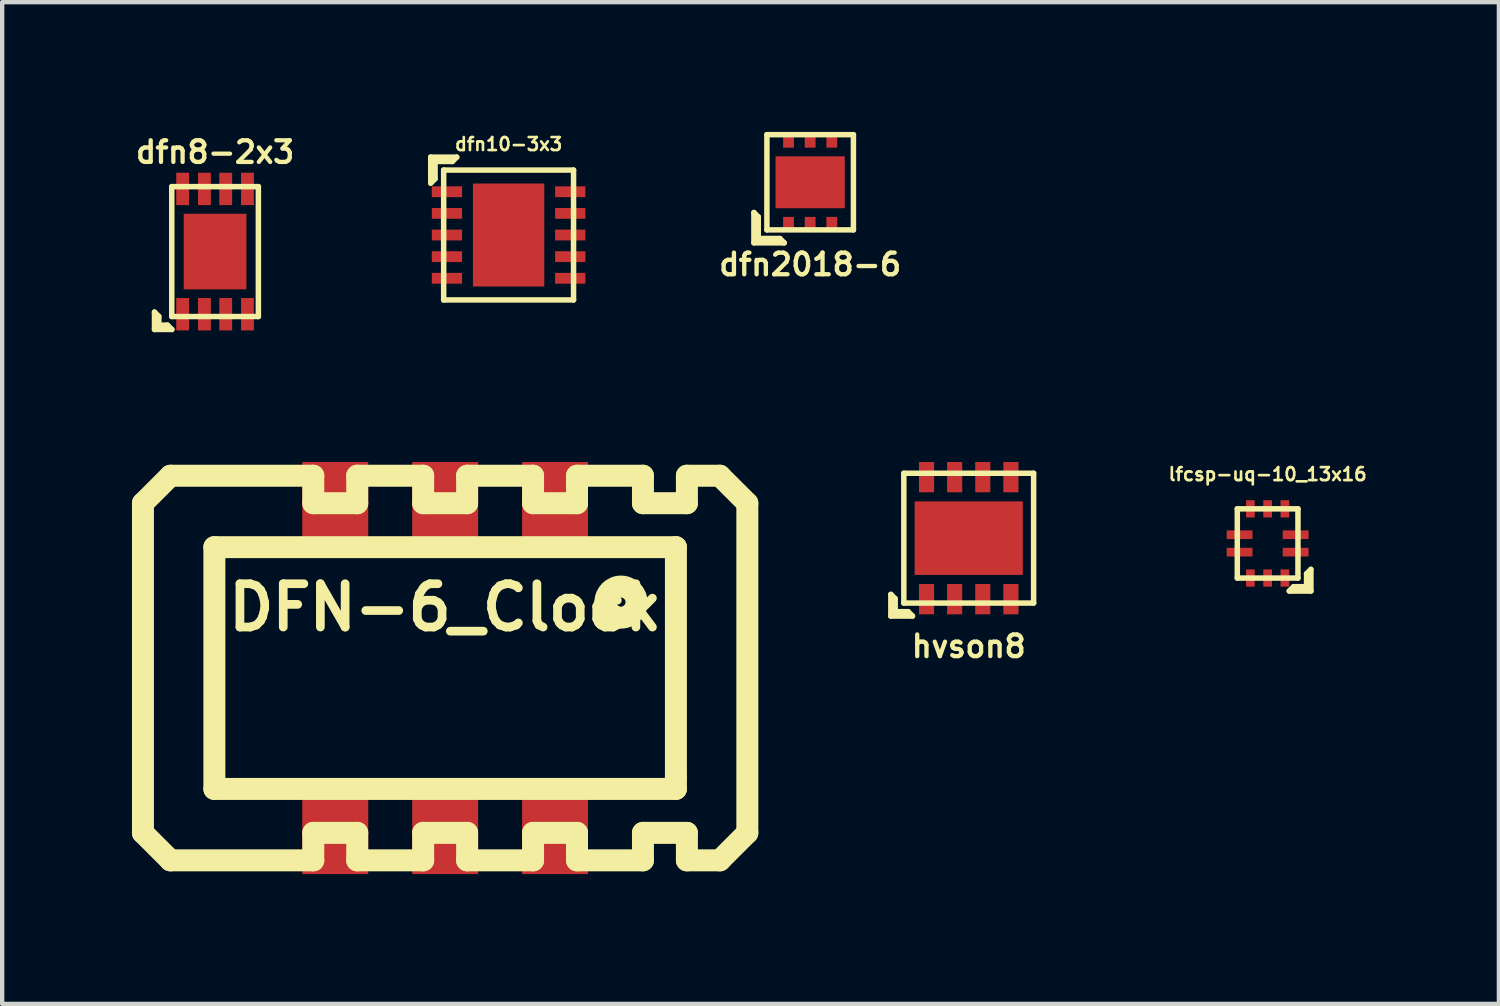
<source format=kicad_pcb>
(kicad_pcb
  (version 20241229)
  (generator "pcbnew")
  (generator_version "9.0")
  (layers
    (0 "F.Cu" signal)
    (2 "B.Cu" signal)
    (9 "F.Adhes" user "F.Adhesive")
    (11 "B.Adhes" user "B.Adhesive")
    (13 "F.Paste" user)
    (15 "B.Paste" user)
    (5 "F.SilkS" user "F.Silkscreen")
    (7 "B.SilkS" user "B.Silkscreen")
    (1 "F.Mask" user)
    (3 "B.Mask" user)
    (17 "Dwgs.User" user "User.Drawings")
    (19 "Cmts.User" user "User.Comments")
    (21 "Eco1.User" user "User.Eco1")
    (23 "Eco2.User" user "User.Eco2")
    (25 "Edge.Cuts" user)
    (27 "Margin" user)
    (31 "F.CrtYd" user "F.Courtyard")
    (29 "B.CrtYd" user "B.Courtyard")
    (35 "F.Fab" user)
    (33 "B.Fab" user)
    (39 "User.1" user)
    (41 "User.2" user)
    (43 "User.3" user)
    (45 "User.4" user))
  (footprint "DFN-6_Clock"
    (layer "F.Cu")
    (at 7.239 12.391)
    (property "Reference" "DFN-6_Clock" (at 0 -1.4 0) (layer "F.SilkS") (effects (font (size 1.001 1.001) (thickness 0.201))))
    (attr through_hole)
    (fp_line (start -6.985 -3.81) (end -6.985 3.81) (stroke (width 0.508) (type solid)) (layer "F.SilkS"))
    (fp_line (start -6.985 3.81) (end -6.35 4.445) (stroke (width 0.508) (type solid)) (layer "F.SilkS"))
    (fp_line (start -6.35 -4.445) (end -6.985 -3.81) (stroke (width 0.508) (type solid)) (layer "F.SilkS"))
    (fp_line (start -6.35 4.445) (end -3.048 4.445) (stroke (width 0.508) (type solid)) (layer "F.SilkS"))
    (fp_line (start -5.334 -2.794) (end 5.334 -2.794) (stroke (width 0.508) (type solid)) (layer "F.SilkS"))
    (fp_line (start -5.334 2.794) (end -5.334 -2.794) (stroke (width 0.508) (type solid)) (layer "F.SilkS"))
    (fp_line (start -3.048 -4.445) (end -6.35 -4.445) (stroke (width 0.508) (type solid)) (layer "F.SilkS"))
    (fp_line (start -3.048 -3.81) (end -3.048 -4.445) (stroke (width 0.508) (type solid)) (layer "F.SilkS"))
    (fp_line (start -3.048 3.81) (end -2.032 3.81) (stroke (width 0.508) (type solid)) (layer "F.SilkS"))
    (fp_line (start -3.048 4.445) (end -3.048 3.81) (stroke (width 0.508) (type solid)) (layer "F.SilkS"))
    (fp_line (start -2.032 -4.445) (end -2.032 -3.81) (stroke (width 0.508) (type solid)) (layer "F.SilkS"))
    (fp_line (start -2.032 -3.81) (end -3.048 -3.81) (stroke (width 0.508) (type solid)) (layer "F.SilkS"))
    (fp_line (start -2.032 3.81) (end -2.032 4.445) (stroke (width 0.508) (type solid)) (layer "F.SilkS"))
    (fp_line (start -2.032 4.445) (end -0.508 4.445) (stroke (width 0.508) (type solid)) (layer "F.SilkS"))
    (fp_line (start -0.508 -4.445) (end -2.032 -4.445) (stroke (width 0.508) (type solid)) (layer "F.SilkS"))
    (fp_line (start -0.508 -3.81) (end -0.508 -4.445) (stroke (width 0.508) (type solid)) (layer "F.SilkS"))
    (fp_line (start -0.508 3.81) (end 0.508 3.81) (stroke (width 0.508) (type solid)) (layer "F.SilkS"))
    (fp_line (start -0.508 4.445) (end -0.508 3.81) (stroke (width 0.508) (type solid)) (layer "F.SilkS"))
    (fp_line (start 0.508 -4.445) (end 0.508 -3.81) (stroke (width 0.508) (type solid)) (layer "F.SilkS"))
    (fp_line (start 0.508 -3.81) (end -0.508 -3.81) (stroke (width 0.508) (type solid)) (layer "F.SilkS"))
    (fp_line (start 0.508 3.81) (end 0.508 4.445) (stroke (width 0.508) (type solid)) (layer "F.SilkS"))
    (fp_line (start 0.508 4.445) (end 2.032 4.445) (stroke (width 0.508) (type solid)) (layer "F.SilkS"))
    (fp_line (start 2.032 -4.445) (end 0.508 -4.445) (stroke (width 0.508) (type solid)) (layer "F.SilkS"))
    (fp_line (start 2.032 -3.81) (end 2.032 -4.445) (stroke (width 0.508) (type solid)) (layer "F.SilkS"))
    (fp_line (start 2.032 3.81) (end 3.048 3.81) (stroke (width 0.508) (type solid)) (layer "F.SilkS"))
    (fp_line (start 2.032 4.445) (end 2.032 3.81) (stroke (width 0.508) (type solid)) (layer "F.SilkS"))
    (fp_line (start 3.048 -4.445) (end 3.048 -3.81) (stroke (width 0.508) (type solid)) (layer "F.SilkS"))
    (fp_line (start 3.048 -3.81) (end 2.032 -3.81) (stroke (width 0.508) (type solid)) (layer "F.SilkS"))
    (fp_line (start 3.048 3.81) (end 3.048 4.445) (stroke (width 0.508) (type solid)) (layer "F.SilkS"))
    (fp_line (start 3.048 4.445) (end 4.572 4.445) (stroke (width 0.508) (type solid)) (layer "F.SilkS"))
    (fp_line (start 4.572 -4.445) (end 3.048 -4.445) (stroke (width 0.508) (type solid)) (layer "F.SilkS"))
    (fp_line (start 4.572 -3.81) (end 4.572 -4.445) (stroke (width 0.508) (type solid)) (layer "F.SilkS"))
    (fp_line (start 4.572 3.81) (end 5.588 3.81) (stroke (width 0.508) (type solid)) (layer "F.SilkS"))
    (fp_line (start 4.572 4.445) (end 4.572 3.81) (stroke (width 0.508) (type solid)) (layer "F.SilkS"))
    (fp_line (start 5.334 -2.794) (end 5.334 2.54) (stroke (width 0.508) (type solid)) (layer "F.SilkS"))
    (fp_line (start 5.334 2.54) (end 5.334 2.794) (stroke (width 0.508) (type solid)) (layer "F.SilkS"))
    (fp_line (start 5.334 2.794) (end -5.334 2.794) (stroke (width 0.508) (type solid)) (layer "F.SilkS"))
    (fp_line (start 5.588 -4.445) (end 5.588 -3.81) (stroke (width 0.508) (type solid)) (layer "F.SilkS"))
    (fp_line (start 5.588 -3.81) (end 4.572 -3.81) (stroke (width 0.508) (type solid)) (layer "F.SilkS"))
    (fp_line (start 5.588 3.81) (end 5.588 4.445) (stroke (width 0.508) (type solid)) (layer "F.SilkS"))
    (fp_line (start 5.588 4.445) (end 6.35 4.445) (stroke (width 0.508) (type solid)) (layer "F.SilkS"))
    (fp_line (start 6.35 -4.445) (end 5.588 -4.445) (stroke (width 0.508) (type solid)) (layer "F.SilkS"))
    (fp_line (start 6.35 4.445) (end 6.985 3.81) (stroke (width 0.508) (type solid)) (layer "F.SilkS"))
    (fp_line (start 6.985 -3.81) (end 6.35 -4.445) (stroke (width 0.508) (type solid)) (layer "F.SilkS"))
    (fp_line (start 6.985 3.81) (end 6.985 -3.81) (stroke (width 0.508) (type solid)) (layer "F.SilkS"))
    (fp_circle (center 4.064 -1.524) (end 3.81 -1.27) (stroke (width 0.508) (type solid)) (fill no) (layer "F.SilkS"))
    (pad "1" smd rect (at 2.54 -3.683) (size 1.524 2.159) (layers "F.Cu" "F.Mask" "F.Paste"))
    (pad "2" smd rect (at 0 -3.683) (size 1.524 2.159) (layers "F.Cu" "F.Mask" "F.Paste"))
    (pad "3" smd rect (at -2.54 -3.683) (size 1.524 2.159) (layers "F.Cu" "F.Mask" "F.Paste"))
    (pad "4" smd rect (at -2.54 3.683) (size 1.524 2.159) (layers "F.Cu" "F.Mask" "F.Paste"))
    (pad "5" smd rect (at 0 3.683) (size 1.524 2.159) (layers "F.Cu" "F.Mask" "F.Paste"))
    (pad "6" smd rect (at 2.54 3.683) (size 1.524 2.159) (layers "F.Cu" "F.Mask" "F.Paste")))
  (footprint "dfn10-3x3"
    (layer "F.Cu")
    (at 8.706 2.382)
    (property "Reference" "dfn10-3x3" (at 0 -2.1 0) (layer "F.SilkS") (effects (font (size 0.3 0.3) (thickness 0.061))))
    (attr through_hole)
    (fp_line (start -1.8 -1.8) (end -1.2 -1.8) (stroke (width 0.127) (type solid)) (layer "F.SilkS"))
    (fp_line (start -1.8 -1.2) (end -1.8 -1.8) (stroke (width 0.127) (type solid)) (layer "F.SilkS"))
    (fp_line (start -1.7 -1.7) (end -1.7 -1.3) (stroke (width 0.127) (type solid)) (layer "F.SilkS"))
    (fp_line (start -1.7 -1.3) (end -1.8 -1.2) (stroke (width 0.127) (type solid)) (layer "F.SilkS"))
    (fp_line (start -1.501 -1.501) (end -1.501 1.501) (stroke (width 0.127) (type solid)) (layer "F.SilkS"))
    (fp_line (start -1.501 1.501) (end 1.501 1.501) (stroke (width 0.127) (type solid)) (layer "F.SilkS"))
    (fp_line (start -1.3 -1.7) (end -1.7 -1.7) (stroke (width 0.127) (type solid)) (layer "F.SilkS"))
    (fp_line (start -1.2 -1.8) (end -1.3 -1.7) (stroke (width 0.127) (type solid)) (layer "F.SilkS"))
    (fp_line (start 1.501 -1.501) (end -1.501 -1.501) (stroke (width 0.127) (type solid)) (layer "F.SilkS"))
    (fp_line (start 1.501 1.501) (end 1.501 -1.501) (stroke (width 0.127) (type solid)) (layer "F.SilkS"))
    (pad "1" smd rect (at -1.425 -1) (size 0.7 0.25) (layers "F.Cu" "F.Mask" "F.Paste"))
    (pad "2" smd rect (at -1.425 -0.5) (size 0.7 0.25) (layers "F.Cu" "F.Mask" "F.Paste"))
    (pad "3" smd rect (at -1.425 0) (size 0.7 0.25) (layers "F.Cu" "F.Mask" "F.Paste"))
    (pad "4" smd rect (at -1.425 0.5) (size 0.7 0.25) (layers "F.Cu" "F.Mask" "F.Paste"))
    (pad "5" smd rect (at -1.425 1) (size 0.7 0.25) (layers "F.Cu" "F.Mask" "F.Paste"))
    (pad "6" smd rect (at 1.425 1) (size 0.7 0.25) (layers "F.Cu" "F.Mask" "F.Paste"))
    (pad "7" smd rect (at 1.425 0.5) (size 0.7 0.25) (layers "F.Cu" "F.Mask" "F.Paste"))
    (pad "8" smd rect (at 1.425 0) (size 0.7 0.25) (layers "F.Cu" "F.Mask" "F.Paste"))
    (pad "9" smd rect (at 1.425 -0.5) (size 0.7 0.25) (layers "F.Cu" "F.Mask" "F.Paste"))
    (pad "10" smd rect (at 1.425 -1) (size 0.7 0.25) (layers "F.Cu" "F.Mask" "F.Paste"))
    (pad "11" smd rect (at 0 -0.595) (size 1.65 1.19) (layers "F.Cu" "F.Mask" "F.Paste"))
    (pad "11" smd rect (at 0 0.595) (size 1.65 1.19) (layers "F.Cu" "F.Mask" "F.Paste")))
  (footprint "dfn2018-6"
    (layer "F.Cu")
    (at 15.676 1.163)
    (property "Reference" "dfn2018-6" (at 0 1.9 0) (layer "F.SilkS") (effects (font (size 0.5 0.5) (thickness 0.1))))
    (attr through_hole)
    (fp_line (start -1.3 0.7) (end -1.3 1.4) (stroke (width 0.127) (type solid)) (layer "F.SilkS"))
    (fp_line (start -1.3 0.7) (end -1.2 0.8) (stroke (width 0.127) (type solid)) (layer "F.SilkS"))
    (fp_line (start -1.3 1.4) (end -0.6 1.4) (stroke (width 0.127) (type solid)) (layer "F.SilkS"))
    (fp_line (start -1.2 1.3) (end -1.2 0.8) (stroke (width 0.127) (type solid)) (layer "F.SilkS"))
    (fp_line (start -1 -1.1) (end 1 -1.1) (stroke (width 0.127) (type solid)) (layer "F.SilkS"))
    (fp_line (start -1 1.1) (end -1 -1.1) (stroke (width 0.127) (type solid)) (layer "F.SilkS"))
    (fp_line (start -0.7 1.3) (end -1.2 1.3) (stroke (width 0.127) (type solid)) (layer "F.SilkS"))
    (fp_line (start -0.7 1.3) (end -0.6 1.4) (stroke (width 0.127) (type solid)) (layer "F.SilkS"))
    (fp_line (start 1 -1.1) (end 1 1.1) (stroke (width 0.127) (type solid)) (layer "F.SilkS"))
    (fp_line (start 1 1.1) (end -1 1.1) (stroke (width 0.127) (type solid)) (layer "F.SilkS"))
    (pad "1" smd rect (at -0.5 0.975) (size 0.25 0.35) (layers "F.Cu" "F.Mask" "F.Paste"))
    (pad "2" smd rect (at 0 0.975) (size 0.25 0.35) (layers "F.Cu" "F.Mask" "F.Paste"))
    (pad "3" smd rect (at 0.5 0.975) (size 0.25 0.35) (layers "F.Cu" "F.Mask" "F.Paste"))
    (pad "4" smd rect (at 0.5 -0.975) (size 0.25 0.35) (layers "F.Cu" "F.Mask" "F.Paste"))
    (pad "5" smd rect (at 0 -0.975) (size 0.25 0.35) (layers "F.Cu" "F.Mask" "F.Paste"))
    (pad "6" smd rect (at -0.5 -0.975) (size 0.25 0.35) (layers "F.Cu" "F.Mask" "F.Paste"))
    (pad "7" smd rect (at 0 0) (size 1.6 1.2) (layers "F.Cu" "F.Mask" "F.Paste")))
  (footprint "lfcsp-uq-10_13x16"
    (layer "F.Cu")
    (at 26.25 9.511)
    (property "Reference" "lfcsp-uq-10_13x16" (at 0 -1.6 0) (layer "F.SilkS") (effects (font (size 0.3 0.3) (thickness 0.061))))
    (attr through_hole)
    (fp_line (start -0.701 -0.8) (end -0.701 0.8) (stroke (width 0.127) (type solid)) (layer "F.SilkS"))
    (fp_line (start -0.701 0.8) (end 0.701 0.8) (stroke (width 0.127) (type solid)) (layer "F.SilkS"))
    (fp_line (start 0.5 1.1) (end 1 1.1) (stroke (width 0.127) (type solid)) (layer "F.SilkS"))
    (fp_line (start 0.6 1) (end 0.5 1.1) (stroke (width 0.127) (type solid)) (layer "F.SilkS"))
    (fp_line (start 0.6 1) (end 0.9 1) (stroke (width 0.127) (type solid)) (layer "F.SilkS"))
    (fp_line (start 0.701 -0.8) (end -0.701 -0.8) (stroke (width 0.127) (type solid)) (layer "F.SilkS"))
    (fp_line (start 0.701 0.8) (end 0.701 -0.8) (stroke (width 0.127) (type solid)) (layer "F.SilkS"))
    (fp_line (start 0.9 1) (end 0.9 0.7) (stroke (width 0.127) (type solid)) (layer "F.SilkS"))
    (fp_line (start 1 0.6) (end 0.9 0.7) (stroke (width 0.127) (type solid)) (layer "F.SilkS"))
    (fp_line (start 1 1.1) (end 1 0.6) (stroke (width 0.127) (type solid)) (layer "F.SilkS"))
    (pad "1" smd rect (at 0.399 0.8) (size 0.201 0.399) (layers "F.Cu" "F.Mask" "F.Paste"))
    (pad "2" smd rect (at 0.648 0.201) (size 0.597 0.201) (layers "F.Cu" "F.Mask" "F.Paste"))
    (pad "3" smd rect (at 0.648 -0.201) (size 0.597 0.201) (layers "F.Cu" "F.Mask" "F.Paste"))
    (pad "4" smd rect (at 0.399 -0.8) (size 0.201 0.399) (layers "F.Cu" "F.Mask" "F.Paste"))
    (pad "5" smd rect (at 0 -0.8) (size 0.201 0.399) (layers "F.Cu" "F.Mask" "F.Paste"))
    (pad "6" smd rect (at -0.399 -0.8) (size 0.201 0.399) (layers "F.Cu" "F.Mask" "F.Paste"))
    (pad "7" smd rect (at -0.648 -0.201) (size 0.597 0.201) (layers "F.Cu" "F.Mask" "F.Paste"))
    (pad "8" smd rect (at -0.648 0.201) (size 0.597 0.201) (layers "F.Cu" "F.Mask" "F.Paste"))
    (pad "9" smd rect (at -0.399 0.8) (size 0.201 0.399) (layers "F.Cu" "F.Mask" "F.Paste"))
    (pad "10" smd rect (at 0 0.8) (size 0.201 0.399) (layers "F.Cu" "F.Mask" "F.Paste")))
  (footprint "hvson8"
    (layer "F.Cu")
    (at 19.341 9.389)
    (property "Reference" "hvson8" (at 0 2.5 0) (layer "F.SilkS") (effects (font (size 0.5 0.5) (thickness 0.099))))
    (attr through_hole)
    (fp_line (start -1.8 1.3) (end -1.7 1.4) (stroke (width 0.127) (type solid)) (layer "F.SilkS"))
    (fp_line (start -1.8 1.8) (end -1.8 1.3) (stroke (width 0.127) (type solid)) (layer "F.SilkS"))
    (fp_line (start -1.7 1.4) (end -1.7 1.7) (stroke (width 0.127) (type solid)) (layer "F.SilkS"))
    (fp_line (start -1.7 1.7) (end -1.4 1.7) (stroke (width 0.127) (type solid)) (layer "F.SilkS"))
    (fp_line (start -1.5 -1.5) (end 1.5 -1.5) (stroke (width 0.127) (type solid)) (layer "F.SilkS"))
    (fp_line (start -1.5 1.5) (end -1.5 -1.5) (stroke (width 0.127) (type solid)) (layer "F.SilkS"))
    (fp_line (start -1.4 1.7) (end -1.3 1.8) (stroke (width 0.127) (type solid)) (layer "F.SilkS"))
    (fp_line (start -1.3 1.8) (end -1.8 1.8) (stroke (width 0.127) (type solid)) (layer "F.SilkS"))
    (fp_line (start 1.5 -1.5) (end 1.5 1.5) (stroke (width 0.127) (type solid)) (layer "F.SilkS"))
    (fp_line (start 1.5 1.5) (end -1.5 1.5) (stroke (width 0.127) (type solid)) (layer "F.SilkS"))
    (pad "1" smd rect (at -0.975 1.41) (size 0.35 0.7) (layers "F.Cu" "F.Mask" "F.Paste"))
    (pad "2" smd rect (at -0.325 1.41) (size 0.35 0.7) (layers "F.Cu" "F.Mask" "F.Paste"))
    (pad "3" smd rect (at 0.325 1.41) (size 0.35 0.7) (layers "F.Cu" "F.Mask" "F.Paste"))
    (pad "4" smd rect (at 0.975 1.41) (size 0.35 0.7) (layers "F.Cu" "F.Mask" "F.Paste"))
    (pad "5" smd rect (at 0.975 -1.41) (size 0.35 0.7) (layers "F.Cu" "F.Mask" "F.Paste"))
    (pad "6" smd rect (at 0.325 -1.41) (size 0.35 0.7) (layers "F.Cu" "F.Mask" "F.Paste"))
    (pad "7" smd rect (at -0.325 -1.41) (size 0.35 0.7) (layers "F.Cu" "F.Mask" "F.Paste"))
    (pad "8" smd rect (at -0.975 -1.41) (size 0.35 0.7) (layers "F.Cu" "F.Mask" "F.Paste"))
    (pad "9" smd rect (at 0 0) (size 2.5 1.7) (layers "F.Cu" "F.Mask" "F.Paste")))
  (footprint "dfn8-2x3"
    (layer "F.Cu")
    (at 1.921 2.765)
    (property "Reference" "dfn8-2x3" (at 0 -2.299 0) (layer "F.SilkS") (effects (font (size 0.5 0.5) (thickness 0.099))))
    (attr through_hole)
    (fp_line (start -1.4 1.4) (end -1.3 1.5) (stroke (width 0.127) (type solid)) (layer "F.SilkS"))
    (fp_line (start -1.4 1.8) (end -1.4 1.4) (stroke (width 0.127) (type solid)) (layer "F.SilkS"))
    (fp_line (start -1.3 1.7) (end -1.3 1.5) (stroke (width 0.127) (type solid)) (layer "F.SilkS"))
    (fp_line (start -1.1 1.7) (end -1.3 1.7) (stroke (width 0.127) (type solid)) (layer "F.SilkS"))
    (fp_line (start -1.001 -1.501) (end 1.001 -1.501) (stroke (width 0.127) (type solid)) (layer "F.SilkS"))
    (fp_line (start -1.001 1.501) (end -1.001 -1.501) (stroke (width 0.127) (type solid)) (layer "F.SilkS"))
    (fp_line (start -1.001 1.501) (end 1.001 1.501) (stroke (width 0.127) (type solid)) (layer "F.SilkS"))
    (fp_line (start -1 1.8) (end -1.4 1.8) (stroke (width 0.127) (type solid)) (layer "F.SilkS"))
    (fp_line (start -1 1.8) (end -1.1 1.7) (stroke (width 0.127) (type solid)) (layer "F.SilkS"))
    (fp_line (start 1.001 -1.501) (end 1.001 1.501) (stroke (width 0.127) (type solid)) (layer "F.SilkS"))
    (pad "1" smd rect (at -0.749 1.448) (size 0.297 0.749) (layers "F.Cu" "F.Mask" "F.Paste"))
    (pad "2" smd rect (at -0.246 1.448) (size 0.297 0.749) (layers "F.Cu" "F.Mask" "F.Paste"))
    (pad "3" smd rect (at 0.246 1.448) (size 0.297 0.749) (layers "F.Cu" "F.Mask" "F.Paste"))
    (pad "4" smd rect (at 0.749 1.448) (size 0.297 0.749) (layers "F.Cu" "F.Mask" "F.Paste"))
    (pad "5" smd rect (at 0.749 -1.448) (size 0.297 0.749) (layers "F.Cu" "F.Mask" "F.Paste"))
    (pad "6" smd rect (at 0.246 -1.448) (size 0.297 0.749) (layers "F.Cu" "F.Mask" "F.Paste"))
    (pad "7" smd rect (at -0.246 -1.448) (size 0.297 0.749) (layers "F.Cu" "F.Mask" "F.Paste"))
    (pad "8" smd rect (at -0.749 -1.448) (size 0.297 0.749) (layers "F.Cu" "F.Mask" "F.Paste"))
    (pad "9" smd rect (at 0 0) (size 1.448 1.748) (layers "F.Cu" "F.Mask" "F.Paste")))
  (gr_rect
    (start -3 -3)
    (end 31.595 20.154)
    (stroke (width 0.1) (type default))
    (fill no)
    (layer "Edge.Cuts")))
</source>
